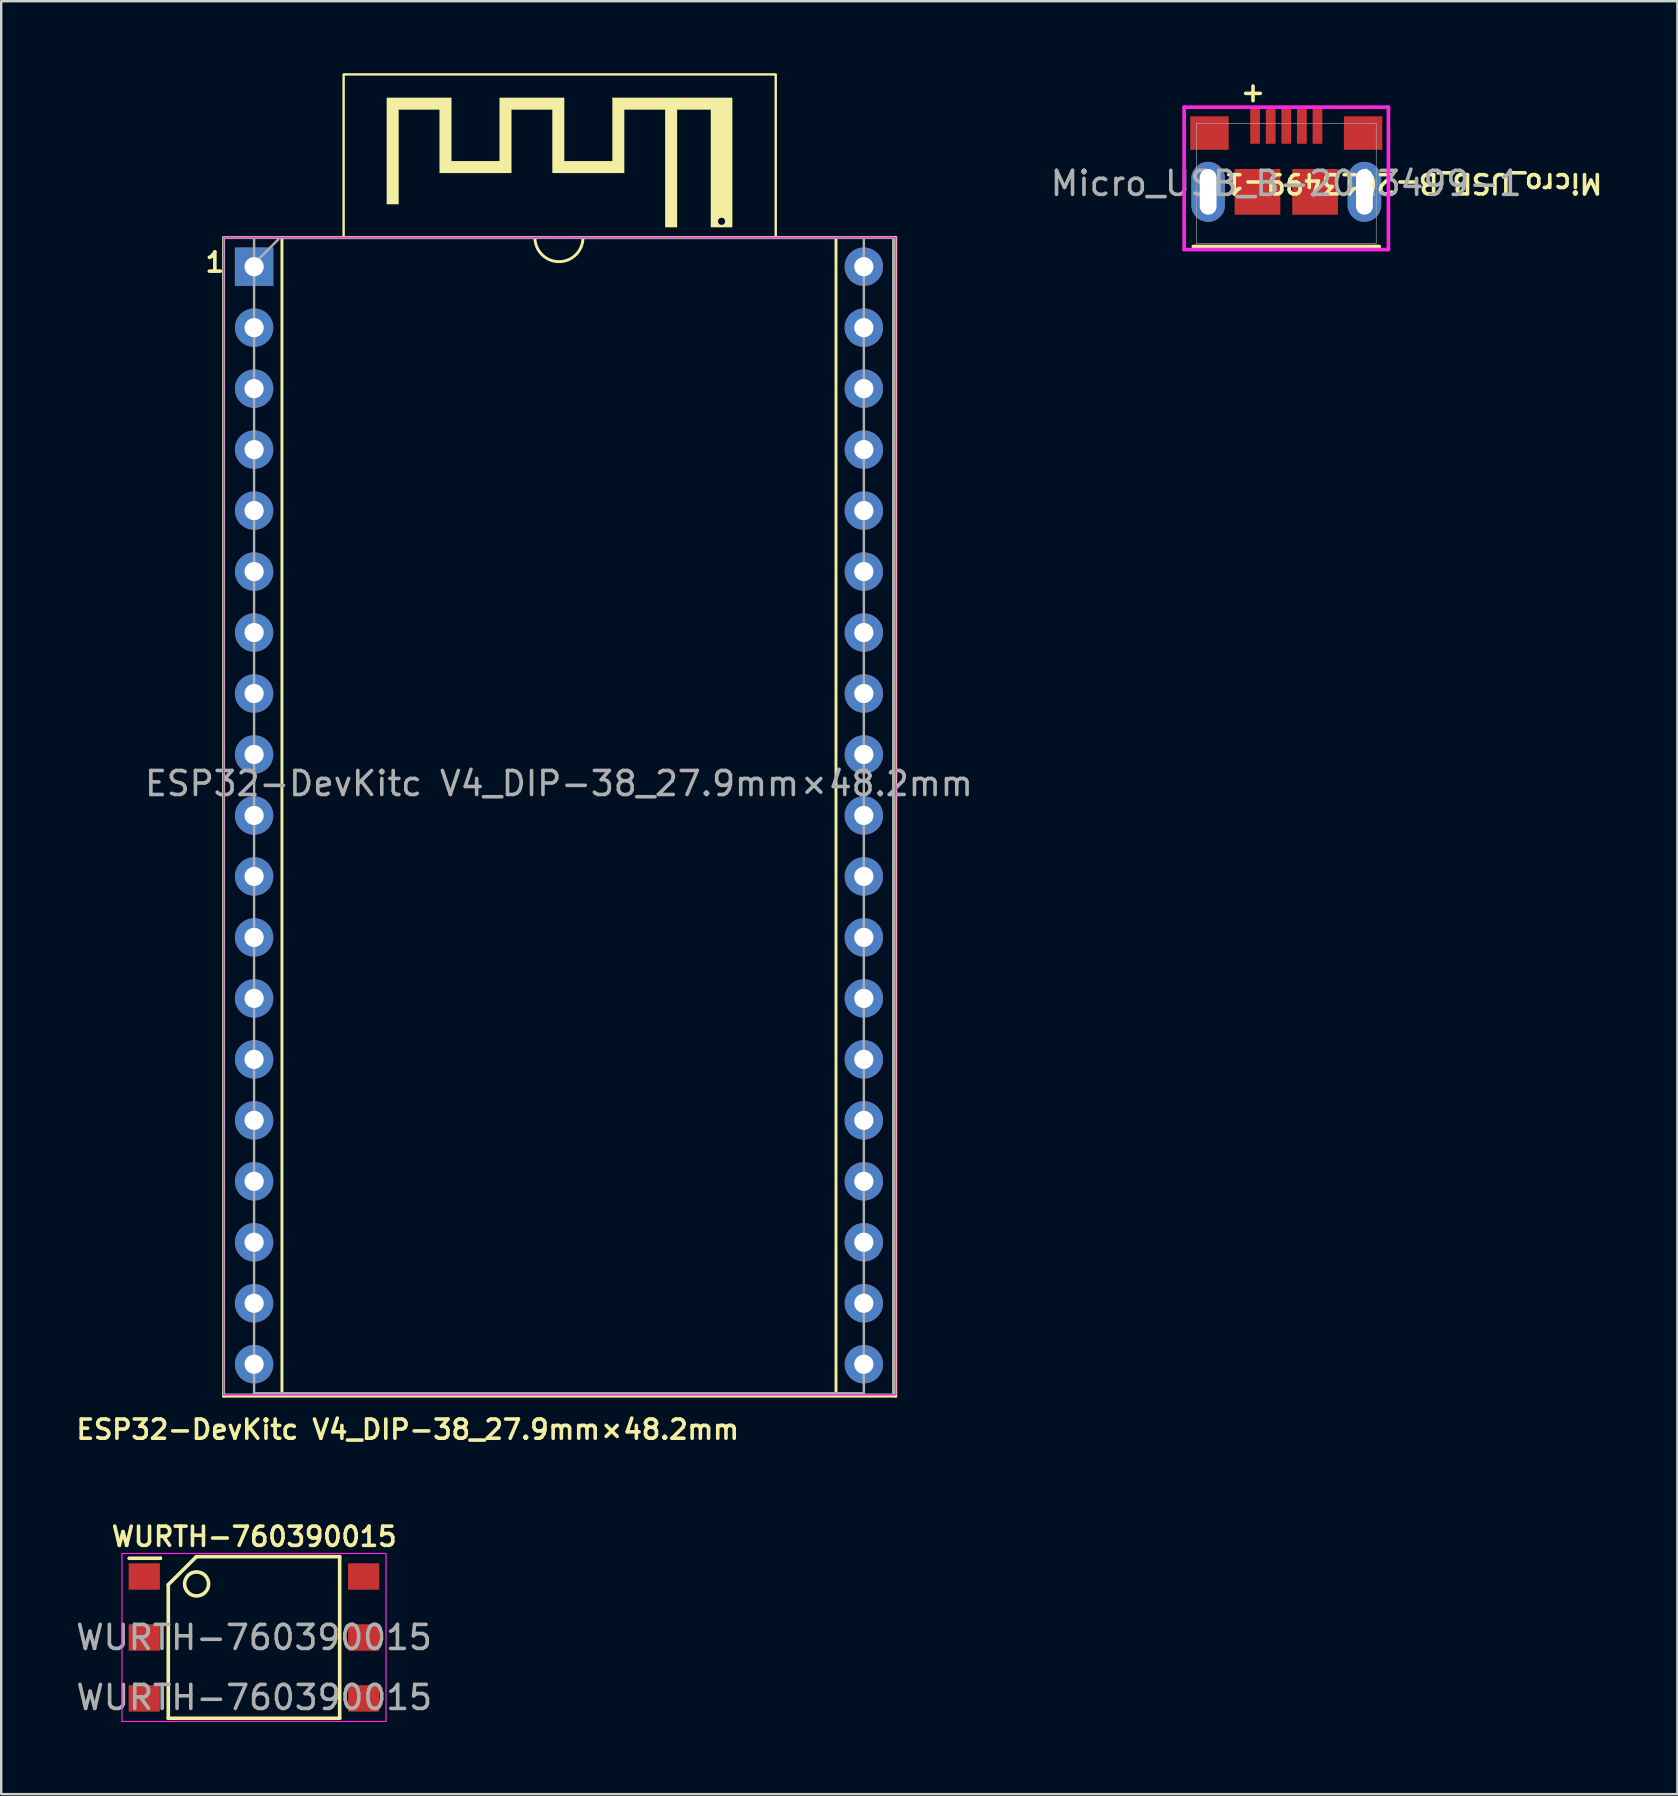
<source format=kicad_pcb>
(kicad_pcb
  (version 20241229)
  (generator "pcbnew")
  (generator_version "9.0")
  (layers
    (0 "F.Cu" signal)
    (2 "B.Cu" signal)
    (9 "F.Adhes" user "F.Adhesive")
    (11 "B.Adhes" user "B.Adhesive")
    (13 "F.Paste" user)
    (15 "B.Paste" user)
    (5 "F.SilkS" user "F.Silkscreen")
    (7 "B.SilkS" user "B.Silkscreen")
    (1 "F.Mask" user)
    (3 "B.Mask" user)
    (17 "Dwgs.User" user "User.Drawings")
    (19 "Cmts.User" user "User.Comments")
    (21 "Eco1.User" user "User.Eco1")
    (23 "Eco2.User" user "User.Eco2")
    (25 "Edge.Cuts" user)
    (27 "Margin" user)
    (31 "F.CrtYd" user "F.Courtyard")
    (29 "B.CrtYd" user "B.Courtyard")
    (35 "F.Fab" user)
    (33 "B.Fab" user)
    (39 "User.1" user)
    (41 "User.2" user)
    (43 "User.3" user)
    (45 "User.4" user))
  (footprint "ESP32-DevKitc V4_DIP-38_27.9mm×48.2mm"
    (layer "F.Cu")
    (at 6.265 55.05)
    (property "Reference" "ESP32-DevKitc V4_DIP-38_27.9mm×48.2mm" (at 7.67 1.45 180) (layer "F.SilkS") (effects (font (size 0.8 0.8) (thickness 0.15))))
    (attr through_hole)
    (fp_line (start 0 -48.2) (end 0 0.06) (stroke (width 0.12) (type solid)) (layer "F.SilkS"))
    (fp_line (start 0 0.06) (end 28 0.06) (stroke (width 0.12) (type solid)) (layer "F.SilkS"))
    (fp_line (start 2.43 -48.2) (end 2.43 0) (stroke (width 0.12) (type solid)) (layer "F.SilkS"))
    (fp_line (start 2.43 0) (end 25.51 0) (stroke (width 0.12) (type solid)) (layer "F.SilkS"))
    (fp_line (start 12.97 -48.2) (end 2.43 -48.2) (stroke (width 0.12) (type solid)) (layer "F.SilkS"))
    (fp_line (start 25.51 -48.2) (end 14.97 -48.2) (stroke (width 0.12) (type solid)) (layer "F.SilkS"))
    (fp_line (start 25.51 0) (end 25.51 -48.2) (stroke (width 0.12) (type solid)) (layer "F.SilkS"))
    (fp_line (start 28 -48.2) (end 0 -48.2) (stroke (width 0.12) (type solid)) (layer "F.SilkS"))
    (fp_line (start 28 0.06) (end 28 -48.2) (stroke (width 0.12) (type solid)) (layer "F.SilkS"))
    (fp_rect (start 5 -55) (end 23 -48.2) (stroke (width 0.1) (type default)) (fill no) (layer "F.SilkS"))
    (fp_arc (start 14.97 -48.2) (mid 13.97 -47.2) (end 12.97 -48.2) (stroke (width 0.12) (type solid)) (layer "F.SilkS"))
    (fp_poly (pts (xy 16.193 -51.391) (xy 14.193 -51.391) (xy 14.193 -54.031) (xy 11.493 -54.031) (xy 11.493 -51.391) (xy 9.493 -51.391) (xy 9.493 -54.031) (xy 6.793 -54.031) (xy 6.793 -49.591) (xy 7.293 -49.591) (xy 7.293 -53.531) (xy 8.993 -53.531) (xy 8.993 -50.891) (xy 11.993 -50.891) (xy 11.993 -53.531) (xy 13.693 -53.531) (xy 13.693 -50.891) (xy 16.693 -50.891) (xy 16.693 -53.531) (xy 18.393 -53.531) (xy 18.393 -48.631) (xy 18.893 -48.631) (xy 18.893 -53.531) (xy 20.293 -53.531) (xy 20.293 -48.631) (xy 21.193 -48.631) (xy 21.193 -48.874) (xy 20.891 -48.874) (xy 20.881 -48.826) (xy 20.857 -48.784) (xy 20.819 -48.751) (xy 20.811 -48.747) (xy 20.768 -48.735) (xy 20.72 -48.735) (xy 20.674 -48.748) (xy 20.656 -48.759) (xy 20.622 -48.794) (xy 20.602 -48.839) (xy 20.595 -48.889) (xy 20.604 -48.937) (xy 20.62 -48.969) (xy 20.656 -49.002) (xy 20.701 -49.022) (xy 20.751 -49.029) (xy 20.799 -49.021) (xy 20.832 -49.004) (xy 20.867 -48.967) (xy 20.886 -48.922) (xy 20.891 -48.874) (xy 21.193 -48.874) (xy 21.193 -54.031) (xy 16.193 -54.031) (xy 16.193 -51.391)) (stroke (width 0) (type solid)) (fill yes) (layer "F.SilkS"))
    (fp_line (start 0 -48.2) (end 0 0) (stroke (width 0.05) (type solid)) (layer "F.CrtYd"))
    (fp_line (start 0 0) (end 28 0) (stroke (width 0.05) (type solid)) (layer "F.CrtYd"))
    (fp_line (start 28 -48.2) (end 0 -48.2) (stroke (width 0.05) (type solid)) (layer "F.CrtYd"))
    (fp_line (start 28 0) (end 28 -48.2) (stroke (width 0.05) (type solid)) (layer "F.CrtYd"))
    (fp_line (start 0 -48.2) (end 0 0) (stroke (width 0.1) (type solid)) (layer "F.Fab"))
    (fp_line (start 0 0) (end 27.9 0) (stroke (width 0.1) (type solid)) (layer "F.Fab"))
    (fp_line (start 1.27 0) (end 1.27 -48.2) (stroke (width 0.1) (type solid)) (layer "F.Fab"))
    (fp_line (start 1.278 -47.125) (end 2.278 -48.125) (stroke (width 0.1) (type solid)) (layer "F.Fab"))
    (fp_line (start 2.525 -48.2) (end 26.415 -48.2) (stroke (width 0.1) (type solid)) (layer "F.Fab"))
    (fp_line (start 26.67 -0.06) (end 1.27 -0.06) (stroke (width 0.1) (type solid)) (layer "F.Fab"))
    (fp_line (start 26.67 -0.06) (end 26.67 -48.133) (stroke (width 0.1) (type default)) (layer "F.Fab"))
    (fp_line (start 27.9 -48.2) (end 0 -48.2) (stroke (width 0.1) (type solid)) (layer "F.Fab"))
    (fp_line (start 27.9 -48.2) (end 27.9 0) (stroke (width 0.1) (type solid)) (layer "F.Fab"))
    (fp_line (start 27.9 0) (end 27.9 -48.2) (stroke (width 0.1) (type solid)) (layer "F.Fab"))
    (fp_text user "1" (at -0.845 -46.7 0) (unlocked yes) (layer "F.SilkS") (effects (font (size 0.8 0.8) (thickness 0.15) (bold yes)) (justify left bottom)))
    (fp_text user "${REFERENCE}" (at 13.97 -25.46 0) (layer "F.Fab") (effects (font (size 1 1) (thickness 0.15))))
    (pad "1" thru_hole rect (at 1.27 -46.99) (size 1.6 1.6) (drill 0.8) (layers "*.Cu" "*.Mask"))
    (pad "2" thru_hole oval (at 1.27 -44.45) (size 1.6 1.6) (drill 0.8) (layers "*.Cu" "*.Mask"))
    (pad "3" thru_hole oval (at 1.27 -41.91) (size 1.6 1.6) (drill 0.8) (layers "*.Cu" "*.Mask"))
    (pad "4" thru_hole oval (at 1.27 -39.37) (size 1.6 1.6) (drill 0.8) (layers "*.Cu" "*.Mask"))
    (pad "5" thru_hole oval (at 1.27 -36.83) (size 1.6 1.6) (drill 0.8) (layers "*.Cu" "*.Mask"))
    (pad "6" thru_hole oval (at 1.27 -34.29) (size 1.6 1.6) (drill 0.8) (layers "*.Cu" "*.Mask"))
    (pad "7" thru_hole oval (at 1.27 -31.75) (size 1.6 1.6) (drill 0.8) (layers "*.Cu" "*.Mask"))
    (pad "8" thru_hole oval (at 1.27 -29.21) (size 1.6 1.6) (drill 0.8) (layers "*.Cu" "*.Mask"))
    (pad "9" thru_hole oval (at 1.27 -26.67) (size 1.6 1.6) (drill 0.8) (layers "*.Cu" "*.Mask"))
    (pad "10" thru_hole oval (at 1.27 -24.13) (size 1.6 1.6) (drill 0.8) (layers "*.Cu" "*.Mask"))
    (pad "11" thru_hole oval (at 1.27 -21.59) (size 1.6 1.6) (drill 0.8) (layers "*.Cu" "*.Mask"))
    (pad "12" thru_hole oval (at 1.27 -19.05) (size 1.6 1.6) (drill 0.8) (layers "*.Cu" "*.Mask"))
    (pad "13" thru_hole oval (at 1.27 -16.51) (size 1.6 1.6) (drill 0.8) (layers "*.Cu" "*.Mask"))
    (pad "14" thru_hole oval (at 1.27 -13.97) (size 1.6 1.6) (drill 0.8) (layers "*.Cu" "*.Mask"))
    (pad "15" thru_hole oval (at 1.27 -11.43) (size 1.6 1.6) (drill 0.8) (layers "*.Cu" "*.Mask"))
    (pad "16" thru_hole oval (at 1.27 -8.89) (size 1.6 1.6) (drill 0.8) (layers "*.Cu" "*.Mask"))
    (pad "17" thru_hole oval (at 1.27 -6.35) (size 1.6 1.6) (drill 0.8) (layers "*.Cu" "*.Mask"))
    (pad "18" thru_hole oval (at 1.27 -3.81) (size 1.6 1.6) (drill 0.8) (layers "*.Cu" "*.Mask"))
    (pad "19" thru_hole oval (at 1.27 -1.27) (size 1.6 1.6) (drill 0.8) (layers "*.Cu" "*.Mask"))
    (pad "20" thru_hole oval (at 26.67 -1.27) (size 1.6 1.6) (drill 0.8) (layers "*.Cu" "*.Mask"))
    (pad "21" thru_hole oval (at 26.67 -3.81) (size 1.6 1.6) (drill 0.8) (layers "*.Cu" "*.Mask"))
    (pad "22" thru_hole oval (at 26.67 -6.35) (size 1.6 1.6) (drill 0.8) (layers "*.Cu" "*.Mask"))
    (pad "23" thru_hole oval (at 26.67 -8.89) (size 1.6 1.6) (drill 0.8) (layers "*.Cu" "*.Mask"))
    (pad "24" thru_hole oval (at 26.67 -11.43) (size 1.6 1.6) (drill 0.8) (layers "*.Cu" "*.Mask"))
    (pad "25" thru_hole oval (at 26.67 -13.97) (size 1.6 1.6) (drill 0.8) (layers "*.Cu" "*.Mask"))
    (pad "26" thru_hole oval (at 26.67 -16.51) (size 1.6 1.6) (drill 0.8) (layers "*.Cu" "*.Mask"))
    (pad "27" thru_hole oval (at 26.67 -19.05) (size 1.6 1.6) (drill 0.8) (layers "*.Cu" "*.Mask"))
    (pad "28" thru_hole oval (at 26.67 -21.59) (size 1.6 1.6) (drill 0.8) (layers "*.Cu" "*.Mask"))
    (pad "29" thru_hole oval (at 26.67 -24.13) (size 1.6 1.6) (drill 0.8) (layers "*.Cu" "*.Mask"))
    (pad "30" thru_hole oval (at 26.67 -26.67) (size 1.6 1.6) (drill 0.8) (layers "*.Cu" "*.Mask"))
    (pad "31" thru_hole oval (at 26.67 -29.21) (size 1.6 1.6) (drill 0.8) (layers "*.Cu" "*.Mask"))
    (pad "32" thru_hole oval (at 26.67 -31.75) (size 1.6 1.6) (drill 0.8) (layers "*.Cu" "*.Mask"))
    (pad "33" thru_hole oval (at 26.67 -34.29) (size 1.6 1.6) (drill 0.8) (layers "*.Cu" "*.Mask"))
    (pad "34" thru_hole oval (at 26.67 -36.83) (size 1.6 1.6) (drill 0.8) (layers "*.Cu" "*.Mask"))
    (pad "35" thru_hole oval (at 26.67 -39.37) (size 1.6 1.6) (drill 0.8) (layers "*.Cu" "*.Mask"))
    (pad "36" thru_hole oval (at 26.67 -41.91) (size 1.6 1.6) (drill 0.8) (layers "*.Cu" "*.Mask"))
    (pad "37" thru_hole oval (at 26.67 -44.45) (size 1.6 1.6) (drill 0.8) (layers "*.Cu" "*.Mask"))
    (pad "38" thru_hole oval (at 26.67 -46.99) (size 1.6 1.6) (drill 0.8) (layers "*.Cu" "*.Mask")))
  (footprint "Micro_USB_B-2013499-1"
    (layer "F.Cu")
    (at 50.533 4.59)
    (property "Reference" "Micro_USB_B-2013499-1" (at 5.3 -0.002 180) (unlocked yes) (layer "F.SilkS") (effects (font (size 0.8 0.8) (thickness 0.15))))
    (attr smd)
    (fp_line (start -3.873 2.629) (end 3.873 2.629) (stroke (width 0.152) (type solid)) (layer "F.SilkS"))
    (fp_line (start -4.255 -3.175) (end -4.255 2.756) (stroke (width 0.152) (type solid)) (layer "F.CrtYd"))
    (fp_line (start -4.255 2.756) (end 4.255 2.756) (stroke (width 0.152) (type solid)) (layer "F.CrtYd"))
    (fp_line (start 4.255 -3.175) (end -4.255 -3.175) (stroke (width 0.152) (type solid)) (layer "F.CrtYd"))
    (fp_line (start 4.255 2.756) (end 4.255 -3.175) (stroke (width 0.152) (type solid)) (layer "F.CrtYd"))
    (fp_line (start -3.747 -2.502) (end -3.747 2.502) (stroke (width 0.025) (type solid)) (layer "F.Fab"))
    (fp_line (start -3.747 2.502) (end 3.747 2.502) (stroke (width 0.025) (type solid)) (layer "F.Fab"))
    (fp_line (start 3.747 -2.502) (end -3.747 -2.502) (stroke (width 0.025) (type solid)) (layer "F.Fab"))
    (fp_line (start 3.747 2.502) (end 3.747 -2.502) (stroke (width 0.025) (type solid)) (layer "F.Fab"))
    (fp_text user "+" (at -1.98 -3.34 0) (unlocked yes) (layer "F.SilkS") (effects (font (size 0.8 0.8) (thickness 0.15)) (justify left bottom)))
    (fp_text user "${REFERENCE}" (at 0 0 0) (unlocked yes) (layer "F.Fab") (effects (font (size 1 1) (thickness 0.15))))
    (pad "1" smd rect (at -1.3 -2.402) (size 0.406 1.5) (layers "F.Cu" "F.Mask" "F.Paste"))
    (pad "2" smd rect (at -0.65 -2.402) (size 0.406 1.5) (layers "F.Cu" "F.Mask" "F.Paste"))
    (pad "3" smd rect (at 0 -2.402) (size 0.406 1.5) (layers "F.Cu" "F.Mask" "F.Paste"))
    (pad "4" smd rect (at 0.65 -2.402) (size 0.406 1.5) (layers "F.Cu" "F.Mask" "F.Paste"))
    (pad "5" smd rect (at -3.2 -2.098) (size 1.6 1.397) (layers "F.Cu" "F.Mask" "F.Paste"))
    (pad "5" smd rect (at -1.2 0.352) (size 1.905 1.905) (layers "F.Cu" "F.Mask" "F.Paste"))
    (pad "5" smd rect (at 1.2 0.352) (size 1.905 1.905) (layers "F.Cu" "F.Mask" "F.Paste"))
    (pad "5" smd rect (at 1.3 -2.402) (size 0.406 1.5) (layers "F.Cu" "F.Mask" "F.Paste"))
    (pad "5" smd rect (at 3.2 -2.098) (size 1.6 1.397) (layers "F.Cu" "F.Mask" "F.Paste"))
    (pad "6" thru_hole oval (at -3.255 0.352) (size 1.4 2.5) (drill oval 0.7 1.9) (layers "*.Cu" "*.Mask"))
    (pad "6" thru_hole oval (at 3.255 0.352) (size 1.4 2.5) (drill oval 0.7 1.9) (layers "*.Cu" "*.Mask")))
  (footprint "WURTH-760390015"
    (layer "F.Cu")
    (at 7.54 65.162)
    (property "Reference" "WURTH-760390015" (at 0 -4.2 0) (unlocked yes) (layer "F.SilkS") (effects (font (size 0.8 0.8) (thickness 0.15) (bold yes))))
    (attr smd)
    (fp_line (start -5.21 -3.3) (end -3.91 -3.3) (stroke (width 0.15) (type solid)) (layer "F.SilkS"))
    (fp_line (start -3.91 -3.3) (end -3.91 -3.3) (stroke (width 0.15) (type solid)) (layer "F.SilkS"))
    (fp_line (start -3.58 -2.2) (end -2.41 -3.365) (stroke (width 0.15) (type solid)) (layer "F.SilkS"))
    (fp_line (start -3.58 3.365) (end -3.58 -2.2) (stroke (width 0.15) (type solid)) (layer "F.SilkS"))
    (fp_line (start -2.41 -3.365) (end 3.56 -3.365) (stroke (width 0.15) (type solid)) (layer "F.SilkS"))
    (fp_line (start 3.56 -3.365) (end 3.56 3.365) (stroke (width 0.15) (type solid)) (layer "F.SilkS"))
    (fp_line (start 3.56 3.365) (end -3.58 3.365) (stroke (width 0.15) (type solid)) (layer "F.SilkS"))
    (fp_circle (center -2.4 -2.23) (end -2 -1.93) (stroke (width 0.15) (type solid)) (fill no) (layer "F.SilkS"))
    (fp_rect (start -5.51 -3.5) (end 5.49 3.5) (stroke (width 0.05) (type default)) (fill no) (layer "F.CrtYd"))
    (fp_text user "${REFERENCE}" (at -0.01 0 0) (layer "F.Fab") (effects (font (size 1 1) (thickness 0.15))))
    (fp_text user "${REFERENCE}" (at 0 2.5 0) (unlocked yes) (layer "F.Fab") (effects (font (size 1 1) (thickness 0.15))))
    (pad "1" smd rect (at -4.58 -2.54) (size 1.3 1.1) (layers "F.Cu" "F.Mask" "F.Paste"))
    (pad "2" smd rect (at -4.58 0) (size 1.3 1.1) (layers "F.Cu" "F.Mask" "F.Paste"))
    (pad "3" smd rect (at -4.58 2.54) (size 1.3 1.1) (layers "F.Cu" "F.Mask" "F.Paste"))
    (pad "4" smd rect (at 4.56 2.54) (size 1.3 1.1) (layers "F.Cu" "F.Mask" "F.Paste"))
    (pad "5" smd rect (at 4.56 0) (size 1.3 1.1) (layers "F.Cu" "F.Mask" "F.Paste"))
    (pad "6" smd rect (at 4.56 -2.54) (size 1.3 1.1) (layers "F.Cu" "F.Mask" "F.Paste")))
  (gr_rect
    (start -3 -3)
    (end 66.826 71.688)
    (stroke (width 0.1) (type default))
    (fill no)
    (layer "Edge.Cuts")))
</source>
